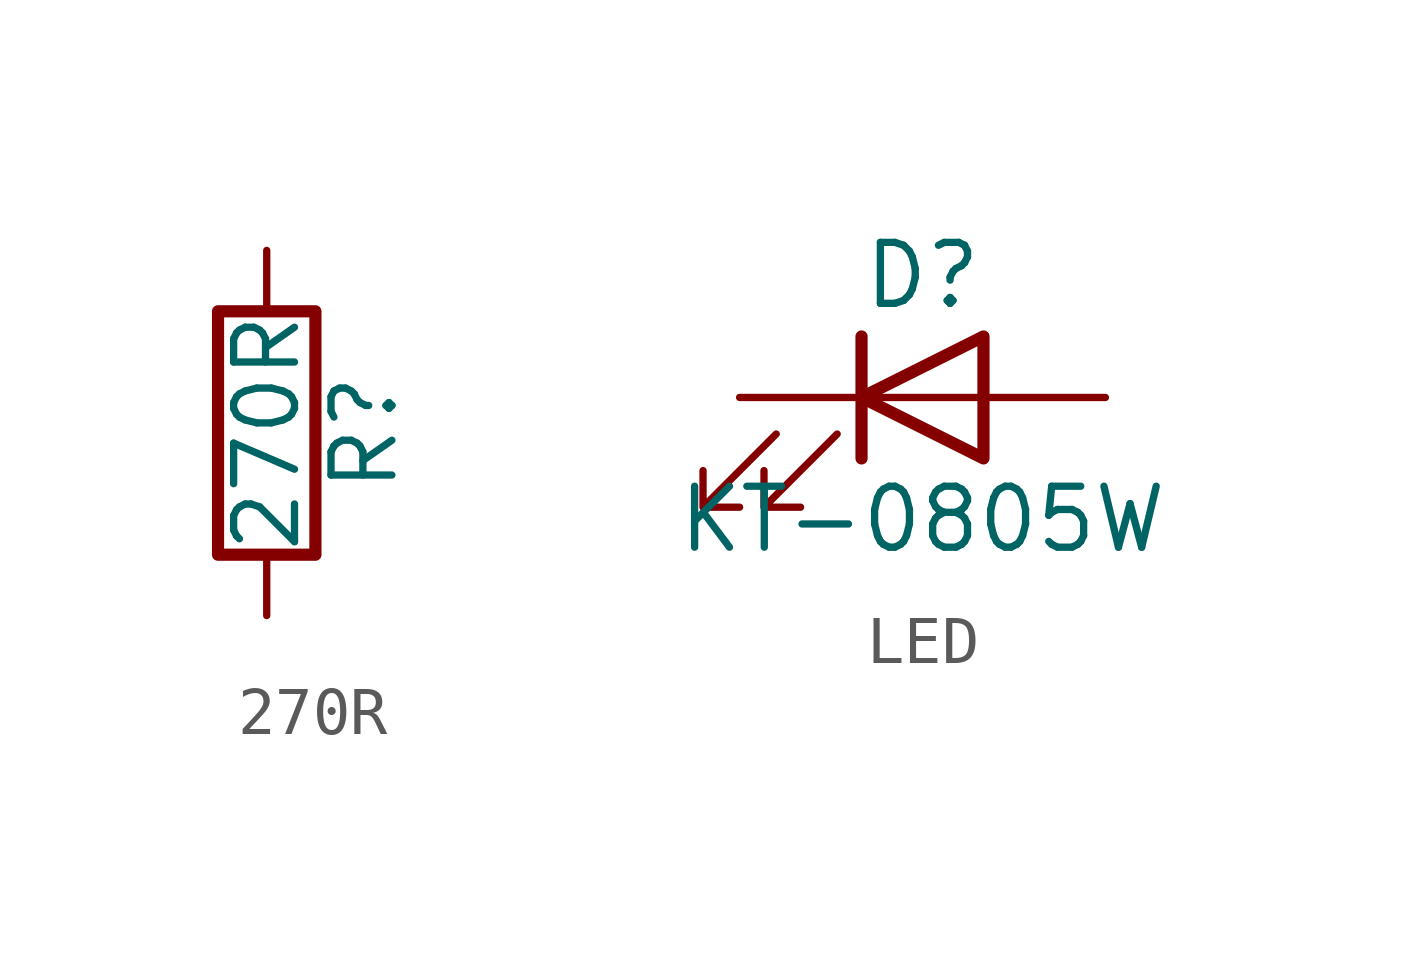
<source format=kicad_sym>
(kicad_symbol_lib
  (version 20231120)
  (generator "kicad_symbol_editor")
  (generator_version "8.0")
  (symbol "270R"
    (pin_numbers hide)
    (pin_names
      (offset 0))
    (property "Reference" "R"
      (at 2.032 0 90)
      (effects (font (size 1.27 1.27))))
    (property "Value" "270R"
      (at 0 0 90)
      (effects (font (size 1.27 1.27))))
    (symbol "270R_0_1"
      (rectangle (start -1.016 -2.54) (end 1.016 2.54) (stroke (width 0.254) (type default)) (fill (type none))))
    (symbol "270R_1_1"
      (pin passive line (at 0 3.81 270) (length 1.27) (name "~" (effects (font (size 1.27 1.27)))) (number "1" (effects (font (size 1.27 1.27)))))
      (pin passive line (at 0 -3.81 90) (length 1.27) (name "~" (effects (font (size 1.27 1.27)))) (number "2" (effects (font (size 1.27 1.27)))))))
  (symbol "LED"
    (pin_numbers hide)
    (pin_names
      (offset 1.016) hide)
    (property "Reference" "D"
      (at 0 2.54 0)
      (effects (font (size 1.27 1.27))))
    (property "Value" "KT-0805W "
      (at 0 -2.54 0)
      (effects (font (size 1.27 1.27))))
    (symbol "LED_0_1"
      (polyline (pts (xy -1.27 -1.27) (xy -1.27 1.27)) (stroke (width 0.254) (type default)) (fill (type none)))
      (polyline (pts (xy -1.27 0) (xy 1.27 0)) (stroke (width 0) (type default)) (fill (type none)))
      (polyline (pts (xy 1.27 -1.27) (xy 1.27 1.27) (xy -1.27 0) (xy 1.27 -1.27)) (stroke (width 0.254) (type default)) (fill (type none)))
      (polyline (pts (xy -3.048 -0.762) (xy -4.572 -2.286) (xy -3.81 -2.286) (xy -4.572 -2.286) (xy -4.572 -1.524)) (stroke (width 0) (type default)) (fill (type none)))
      (polyline (pts (xy -1.778 -0.762) (xy -3.302 -2.286) (xy -2.54 -2.286) (xy -3.302 -2.286) (xy -3.302 -1.524)) (stroke (width 0) (type default)) (fill (type none))))
    (symbol "LED_1_1"
      (pin passive line (at -3.81 0 0) (length 2.54) (name "K" (effects (font (size 1.27 1.27)))) (number "1" (effects (font (size 1.27 1.27)))))
      (pin passive line (at 3.81 0 180) (length 2.54) (name "A" (effects (font (size 1.27 1.27)))) (number "2" (effects (font (size 1.27 1.27))))))))
</source>
